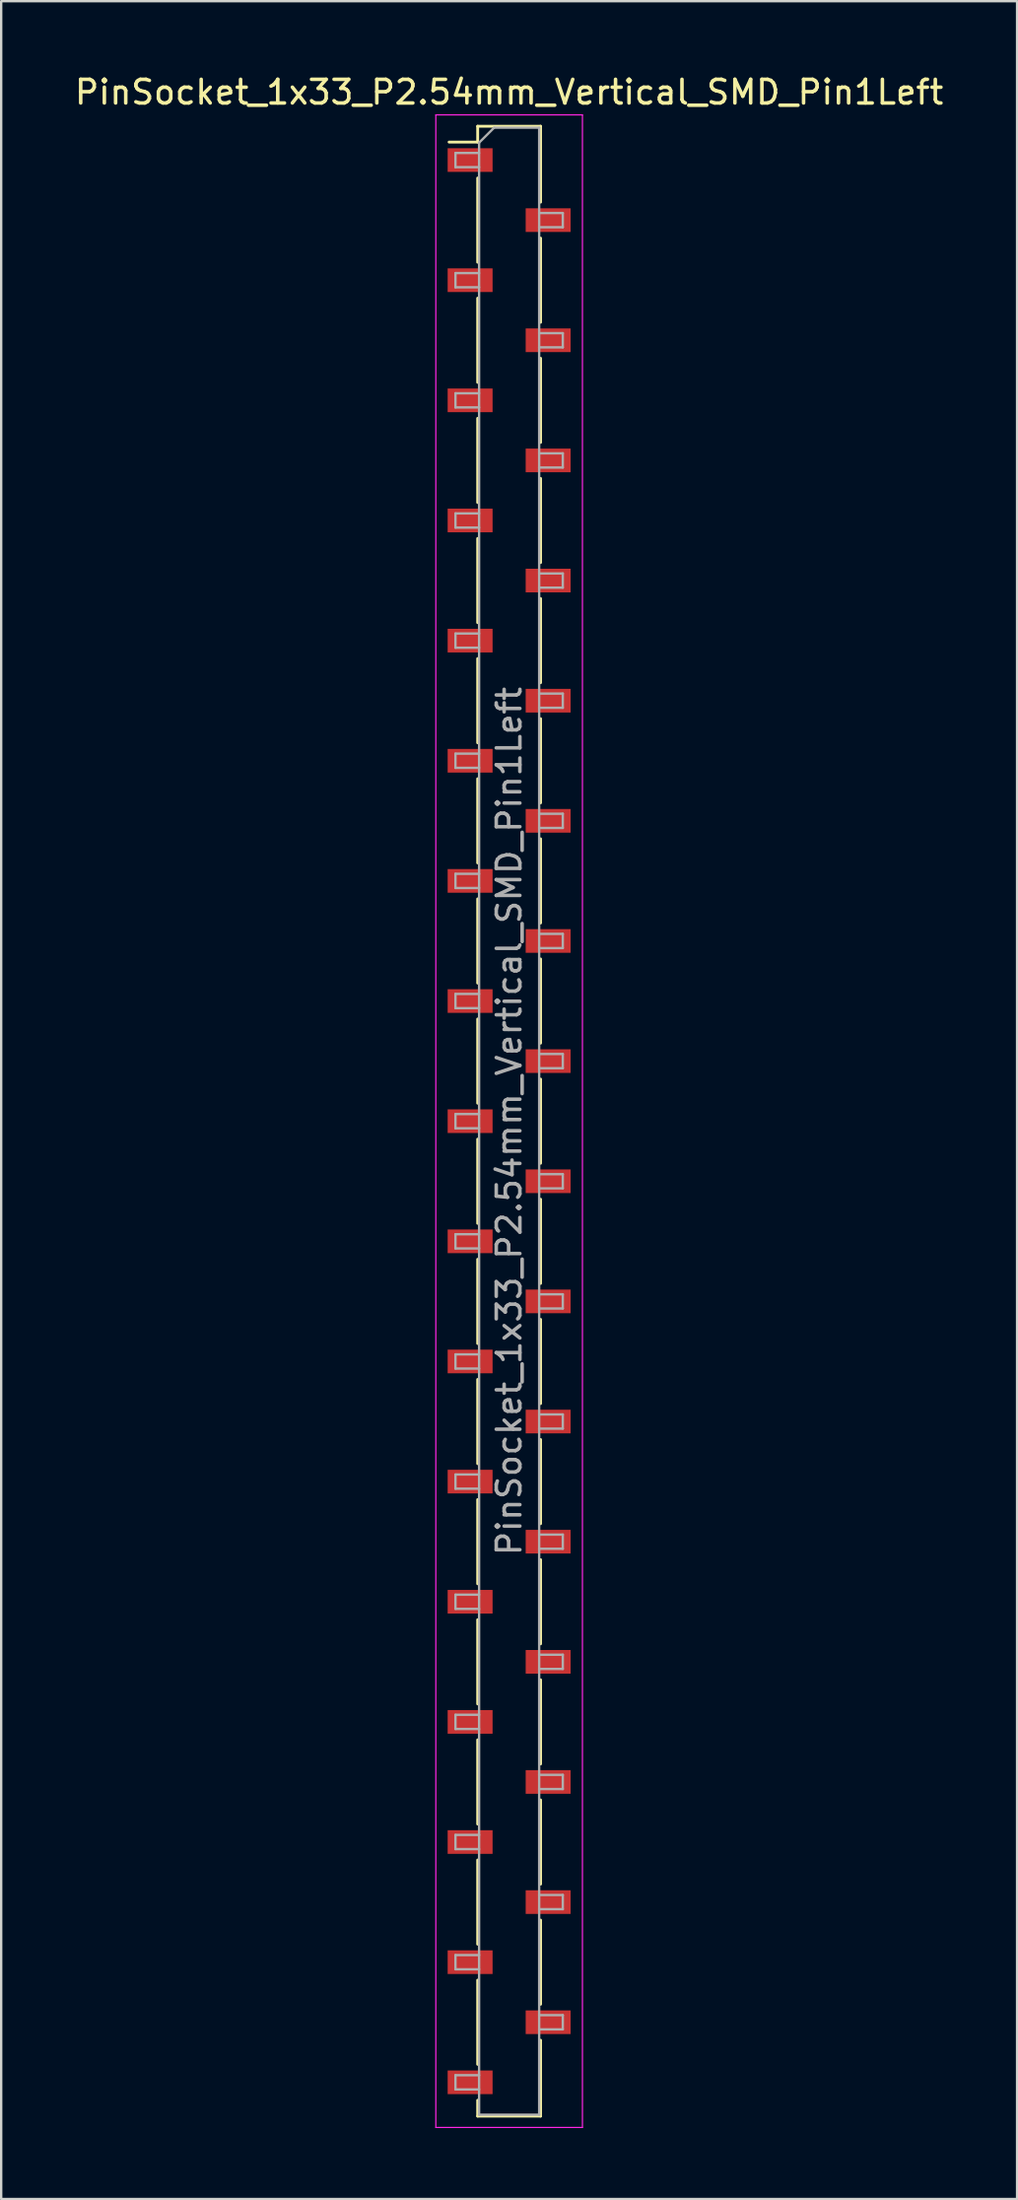
<source format=kicad_pcb>
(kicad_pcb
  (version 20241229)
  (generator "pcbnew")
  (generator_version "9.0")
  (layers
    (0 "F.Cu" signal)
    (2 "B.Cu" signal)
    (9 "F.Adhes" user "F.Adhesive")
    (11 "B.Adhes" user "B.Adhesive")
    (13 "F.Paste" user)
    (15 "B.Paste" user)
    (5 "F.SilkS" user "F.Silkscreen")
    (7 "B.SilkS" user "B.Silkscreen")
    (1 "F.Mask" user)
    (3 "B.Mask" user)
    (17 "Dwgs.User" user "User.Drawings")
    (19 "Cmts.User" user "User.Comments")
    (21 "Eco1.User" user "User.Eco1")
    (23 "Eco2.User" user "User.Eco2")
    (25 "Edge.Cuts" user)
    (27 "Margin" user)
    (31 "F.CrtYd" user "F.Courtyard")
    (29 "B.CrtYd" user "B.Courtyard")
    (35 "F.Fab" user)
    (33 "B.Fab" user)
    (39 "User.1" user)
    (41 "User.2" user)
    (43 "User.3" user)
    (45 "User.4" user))
  (footprint "PinSocket_1x33_P2.54mm_Vertical_SMD_Pin1Left"
    (layer "F.Cu")
    (at 18.482 44.358)
    (property "Reference" "PinSocket_1x33_P2.54mm_Vertical_SMD_Pin1Left" (at 0 -43.51 0) (layer "F.SilkS") (effects (font (size 1 1) (thickness 0.15))))
    (attr smd)
    (fp_line (start -2.54 -41.4) (end -1.33 -41.4) (stroke (width 0.12) (type solid)) (layer "F.SilkS"))
    (fp_line (start -1.33 -42.07) (end -1.33 -41.4) (stroke (width 0.12) (type solid)) (layer "F.SilkS"))
    (fp_line (start -1.33 -42.07) (end 1.33 -42.07) (stroke (width 0.12) (type solid)) (layer "F.SilkS"))
    (fp_line (start -1.33 -39.88) (end -1.33 -36.32) (stroke (width 0.12) (type solid)) (layer "F.SilkS"))
    (fp_line (start -1.33 -34.8) (end -1.33 -31.24) (stroke (width 0.12) (type solid)) (layer "F.SilkS"))
    (fp_line (start -1.33 -29.72) (end -1.33 -26.16) (stroke (width 0.12) (type solid)) (layer "F.SilkS"))
    (fp_line (start -1.33 -24.64) (end -1.33 -21.08) (stroke (width 0.12) (type solid)) (layer "F.SilkS"))
    (fp_line (start -1.33 -19.56) (end -1.33 -16) (stroke (width 0.12) (type solid)) (layer "F.SilkS"))
    (fp_line (start -1.33 -14.48) (end -1.33 -10.92) (stroke (width 0.12) (type solid)) (layer "F.SilkS"))
    (fp_line (start -1.33 -9.4) (end -1.33 -5.84) (stroke (width 0.12) (type solid)) (layer "F.SilkS"))
    (fp_line (start -1.33 -4.32) (end -1.33 -0.76) (stroke (width 0.12) (type solid)) (layer "F.SilkS"))
    (fp_line (start -1.33 0.76) (end -1.33 4.32) (stroke (width 0.12) (type solid)) (layer "F.SilkS"))
    (fp_line (start -1.33 5.84) (end -1.33 9.4) (stroke (width 0.12) (type solid)) (layer "F.SilkS"))
    (fp_line (start -1.33 10.92) (end -1.33 14.48) (stroke (width 0.12) (type solid)) (layer "F.SilkS"))
    (fp_line (start -1.33 16) (end -1.33 19.56) (stroke (width 0.12) (type solid)) (layer "F.SilkS"))
    (fp_line (start -1.33 21.08) (end -1.33 24.64) (stroke (width 0.12) (type solid)) (layer "F.SilkS"))
    (fp_line (start -1.33 26.16) (end -1.33 29.72) (stroke (width 0.12) (type solid)) (layer "F.SilkS"))
    (fp_line (start -1.33 31.24) (end -1.33 34.8) (stroke (width 0.12) (type solid)) (layer "F.SilkS"))
    (fp_line (start -1.33 36.32) (end -1.33 39.88) (stroke (width 0.12) (type solid)) (layer "F.SilkS"))
    (fp_line (start -1.33 41.4) (end -1.33 42.07) (stroke (width 0.12) (type solid)) (layer "F.SilkS"))
    (fp_line (start -1.33 42.07) (end 1.33 42.07) (stroke (width 0.12) (type solid)) (layer "F.SilkS"))
    (fp_line (start 1.33 -42.07) (end 1.33 -38.86) (stroke (width 0.12) (type solid)) (layer "F.SilkS"))
    (fp_line (start 1.33 -37.34) (end 1.33 -33.78) (stroke (width 0.12) (type solid)) (layer "F.SilkS"))
    (fp_line (start 1.33 -32.26) (end 1.33 -28.7) (stroke (width 0.12) (type solid)) (layer "F.SilkS"))
    (fp_line (start 1.33 -27.18) (end 1.33 -23.62) (stroke (width 0.12) (type solid)) (layer "F.SilkS"))
    (fp_line (start 1.33 -22.1) (end 1.33 -18.54) (stroke (width 0.12) (type solid)) (layer "F.SilkS"))
    (fp_line (start 1.33 -17.02) (end 1.33 -13.46) (stroke (width 0.12) (type solid)) (layer "F.SilkS"))
    (fp_line (start 1.33 -11.94) (end 1.33 -8.38) (stroke (width 0.12) (type solid)) (layer "F.SilkS"))
    (fp_line (start 1.33 -6.86) (end 1.33 -3.3) (stroke (width 0.12) (type solid)) (layer "F.SilkS"))
    (fp_line (start 1.33 -1.78) (end 1.33 1.78) (stroke (width 0.12) (type solid)) (layer "F.SilkS"))
    (fp_line (start 1.33 3.3) (end 1.33 6.86) (stroke (width 0.12) (type solid)) (layer "F.SilkS"))
    (fp_line (start 1.33 8.38) (end 1.33 11.94) (stroke (width 0.12) (type solid)) (layer "F.SilkS"))
    (fp_line (start 1.33 13.46) (end 1.33 17.02) (stroke (width 0.12) (type solid)) (layer "F.SilkS"))
    (fp_line (start 1.33 18.54) (end 1.33 22.1) (stroke (width 0.12) (type solid)) (layer "F.SilkS"))
    (fp_line (start 1.33 23.62) (end 1.33 27.18) (stroke (width 0.12) (type solid)) (layer "F.SilkS"))
    (fp_line (start 1.33 28.7) (end 1.33 32.26) (stroke (width 0.12) (type solid)) (layer "F.SilkS"))
    (fp_line (start 1.33 33.78) (end 1.33 37.34) (stroke (width 0.12) (type solid)) (layer "F.SilkS"))
    (fp_line (start 1.33 38.86) (end 1.33 42.07) (stroke (width 0.12) (type solid)) (layer "F.SilkS"))
    (fp_line (start -3.1 -42.55) (end 3.1 -42.55) (stroke (width 0.05) (type solid)) (layer "F.CrtYd"))
    (fp_line (start -3.1 42.55) (end -3.1 -42.55) (stroke (width 0.05) (type solid)) (layer "F.CrtYd"))
    (fp_line (start 3.1 -42.55) (end 3.1 42.55) (stroke (width 0.05) (type solid)) (layer "F.CrtYd"))
    (fp_line (start 3.1 42.55) (end -3.1 42.55) (stroke (width 0.05) (type solid)) (layer "F.CrtYd"))
    (fp_line (start -2.27 -40.94) (end -1.27 -40.94) (stroke (width 0.1) (type solid)) (layer "F.Fab"))
    (fp_line (start -2.27 -40.34) (end -2.27 -40.94) (stroke (width 0.1) (type solid)) (layer "F.Fab"))
    (fp_line (start -2.27 -35.86) (end -1.27 -35.86) (stroke (width 0.1) (type solid)) (layer "F.Fab"))
    (fp_line (start -2.27 -35.26) (end -2.27 -35.86) (stroke (width 0.1) (type solid)) (layer "F.Fab"))
    (fp_line (start -2.27 -30.78) (end -1.27 -30.78) (stroke (width 0.1) (type solid)) (layer "F.Fab"))
    (fp_line (start -2.27 -30.18) (end -2.27 -30.78) (stroke (width 0.1) (type solid)) (layer "F.Fab"))
    (fp_line (start -2.27 -25.7) (end -1.27 -25.7) (stroke (width 0.1) (type solid)) (layer "F.Fab"))
    (fp_line (start -2.27 -25.1) (end -2.27 -25.7) (stroke (width 0.1) (type solid)) (layer "F.Fab"))
    (fp_line (start -2.27 -20.62) (end -1.27 -20.62) (stroke (width 0.1) (type solid)) (layer "F.Fab"))
    (fp_line (start -2.27 -20.02) (end -2.27 -20.62) (stroke (width 0.1) (type solid)) (layer "F.Fab"))
    (fp_line (start -2.27 -15.54) (end -1.27 -15.54) (stroke (width 0.1) (type solid)) (layer "F.Fab"))
    (fp_line (start -2.27 -14.94) (end -2.27 -15.54) (stroke (width 0.1) (type solid)) (layer "F.Fab"))
    (fp_line (start -2.27 -10.46) (end -1.27 -10.46) (stroke (width 0.1) (type solid)) (layer "F.Fab"))
    (fp_line (start -2.27 -9.86) (end -2.27 -10.46) (stroke (width 0.1) (type solid)) (layer "F.Fab"))
    (fp_line (start -2.27 -5.38) (end -1.27 -5.38) (stroke (width 0.1) (type solid)) (layer "F.Fab"))
    (fp_line (start -2.27 -4.78) (end -2.27 -5.38) (stroke (width 0.1) (type solid)) (layer "F.Fab"))
    (fp_line (start -2.27 -0.3) (end -1.27 -0.3) (stroke (width 0.1) (type solid)) (layer "F.Fab"))
    (fp_line (start -2.27 0.3) (end -2.27 -0.3) (stroke (width 0.1) (type solid)) (layer "F.Fab"))
    (fp_line (start -2.27 4.78) (end -1.27 4.78) (stroke (width 0.1) (type solid)) (layer "F.Fab"))
    (fp_line (start -2.27 5.38) (end -2.27 4.78) (stroke (width 0.1) (type solid)) (layer "F.Fab"))
    (fp_line (start -2.27 9.86) (end -1.27 9.86) (stroke (width 0.1) (type solid)) (layer "F.Fab"))
    (fp_line (start -2.27 10.46) (end -2.27 9.86) (stroke (width 0.1) (type solid)) (layer "F.Fab"))
    (fp_line (start -2.27 14.94) (end -1.27 14.94) (stroke (width 0.1) (type solid)) (layer "F.Fab"))
    (fp_line (start -2.27 15.54) (end -2.27 14.94) (stroke (width 0.1) (type solid)) (layer "F.Fab"))
    (fp_line (start -2.27 20.02) (end -1.27 20.02) (stroke (width 0.1) (type solid)) (layer "F.Fab"))
    (fp_line (start -2.27 20.62) (end -2.27 20.02) (stroke (width 0.1) (type solid)) (layer "F.Fab"))
    (fp_line (start -2.27 25.1) (end -1.27 25.1) (stroke (width 0.1) (type solid)) (layer "F.Fab"))
    (fp_line (start -2.27 25.7) (end -2.27 25.1) (stroke (width 0.1) (type solid)) (layer "F.Fab"))
    (fp_line (start -2.27 30.18) (end -1.27 30.18) (stroke (width 0.1) (type solid)) (layer "F.Fab"))
    (fp_line (start -2.27 30.78) (end -2.27 30.18) (stroke (width 0.1) (type solid)) (layer "F.Fab"))
    (fp_line (start -2.27 35.26) (end -1.27 35.26) (stroke (width 0.1) (type solid)) (layer "F.Fab"))
    (fp_line (start -2.27 35.86) (end -2.27 35.26) (stroke (width 0.1) (type solid)) (layer "F.Fab"))
    (fp_line (start -2.27 40.34) (end -1.27 40.34) (stroke (width 0.1) (type solid)) (layer "F.Fab"))
    (fp_line (start -2.27 40.94) (end -2.27 40.34) (stroke (width 0.1) (type solid)) (layer "F.Fab"))
    (fp_line (start -1.27 -41.375) (end -0.635 -42.01) (stroke (width 0.1) (type solid)) (layer "F.Fab"))
    (fp_line (start -1.27 -40.34) (end -2.27 -40.34) (stroke (width 0.1) (type solid)) (layer "F.Fab"))
    (fp_line (start -1.27 -35.26) (end -2.27 -35.26) (stroke (width 0.1) (type solid)) (layer "F.Fab"))
    (fp_line (start -1.27 -30.18) (end -2.27 -30.18) (stroke (width 0.1) (type solid)) (layer "F.Fab"))
    (fp_line (start -1.27 -25.1) (end -2.27 -25.1) (stroke (width 0.1) (type solid)) (layer "F.Fab"))
    (fp_line (start -1.27 -20.02) (end -2.27 -20.02) (stroke (width 0.1) (type solid)) (layer "F.Fab"))
    (fp_line (start -1.27 -14.94) (end -2.27 -14.94) (stroke (width 0.1) (type solid)) (layer "F.Fab"))
    (fp_line (start -1.27 -9.86) (end -2.27 -9.86) (stroke (width 0.1) (type solid)) (layer "F.Fab"))
    (fp_line (start -1.27 -4.78) (end -2.27 -4.78) (stroke (width 0.1) (type solid)) (layer "F.Fab"))
    (fp_line (start -1.27 0.3) (end -2.27 0.3) (stroke (width 0.1) (type solid)) (layer "F.Fab"))
    (fp_line (start -1.27 5.38) (end -2.27 5.38) (stroke (width 0.1) (type solid)) (layer "F.Fab"))
    (fp_line (start -1.27 10.46) (end -2.27 10.46) (stroke (width 0.1) (type solid)) (layer "F.Fab"))
    (fp_line (start -1.27 15.54) (end -2.27 15.54) (stroke (width 0.1) (type solid)) (layer "F.Fab"))
    (fp_line (start -1.27 20.62) (end -2.27 20.62) (stroke (width 0.1) (type solid)) (layer "F.Fab"))
    (fp_line (start -1.27 25.7) (end -2.27 25.7) (stroke (width 0.1) (type solid)) (layer "F.Fab"))
    (fp_line (start -1.27 30.78) (end -2.27 30.78) (stroke (width 0.1) (type solid)) (layer "F.Fab"))
    (fp_line (start -1.27 35.86) (end -2.27 35.86) (stroke (width 0.1) (type solid)) (layer "F.Fab"))
    (fp_line (start -1.27 40.94) (end -2.27 40.94) (stroke (width 0.1) (type solid)) (layer "F.Fab"))
    (fp_line (start -1.27 42.01) (end -1.27 -41.375) (stroke (width 0.1) (type solid)) (layer "F.Fab"))
    (fp_line (start -0.635 -42.01) (end 1.27 -42.01) (stroke (width 0.1) (type solid)) (layer "F.Fab"))
    (fp_line (start 1.27 -42.01) (end 1.27 42.01) (stroke (width 0.1) (type solid)) (layer "F.Fab"))
    (fp_line (start 1.27 -38.4) (end 2.27 -38.4) (stroke (width 0.1) (type solid)) (layer "F.Fab"))
    (fp_line (start 1.27 -33.32) (end 2.27 -33.32) (stroke (width 0.1) (type solid)) (layer "F.Fab"))
    (fp_line (start 1.27 -28.24) (end 2.27 -28.24) (stroke (width 0.1) (type solid)) (layer "F.Fab"))
    (fp_line (start 1.27 -23.16) (end 2.27 -23.16) (stroke (width 0.1) (type solid)) (layer "F.Fab"))
    (fp_line (start 1.27 -18.08) (end 2.27 -18.08) (stroke (width 0.1) (type solid)) (layer "F.Fab"))
    (fp_line (start 1.27 -13) (end 2.27 -13) (stroke (width 0.1) (type solid)) (layer "F.Fab"))
    (fp_line (start 1.27 -7.92) (end 2.27 -7.92) (stroke (width 0.1) (type solid)) (layer "F.Fab"))
    (fp_line (start 1.27 -2.84) (end 2.27 -2.84) (stroke (width 0.1) (type solid)) (layer "F.Fab"))
    (fp_line (start 1.27 2.24) (end 2.27 2.24) (stroke (width 0.1) (type solid)) (layer "F.Fab"))
    (fp_line (start 1.27 7.32) (end 2.27 7.32) (stroke (width 0.1) (type solid)) (layer "F.Fab"))
    (fp_line (start 1.27 12.4) (end 2.27 12.4) (stroke (width 0.1) (type solid)) (layer "F.Fab"))
    (fp_line (start 1.27 17.48) (end 2.27 17.48) (stroke (width 0.1) (type solid)) (layer "F.Fab"))
    (fp_line (start 1.27 22.56) (end 2.27 22.56) (stroke (width 0.1) (type solid)) (layer "F.Fab"))
    (fp_line (start 1.27 27.64) (end 2.27 27.64) (stroke (width 0.1) (type solid)) (layer "F.Fab"))
    (fp_line (start 1.27 32.72) (end 2.27 32.72) (stroke (width 0.1) (type solid)) (layer "F.Fab"))
    (fp_line (start 1.27 37.8) (end 2.27 37.8) (stroke (width 0.1) (type solid)) (layer "F.Fab"))
    (fp_line (start 1.27 42.01) (end -1.27 42.01) (stroke (width 0.1) (type solid)) (layer "F.Fab"))
    (fp_line (start 2.27 -38.4) (end 2.27 -37.8) (stroke (width 0.1) (type solid)) (layer "F.Fab"))
    (fp_line (start 2.27 -37.8) (end 1.27 -37.8) (stroke (width 0.1) (type solid)) (layer "F.Fab"))
    (fp_line (start 2.27 -33.32) (end 2.27 -32.72) (stroke (width 0.1) (type solid)) (layer "F.Fab"))
    (fp_line (start 2.27 -32.72) (end 1.27 -32.72) (stroke (width 0.1) (type solid)) (layer "F.Fab"))
    (fp_line (start 2.27 -28.24) (end 2.27 -27.64) (stroke (width 0.1) (type solid)) (layer "F.Fab"))
    (fp_line (start 2.27 -27.64) (end 1.27 -27.64) (stroke (width 0.1) (type solid)) (layer "F.Fab"))
    (fp_line (start 2.27 -23.16) (end 2.27 -22.56) (stroke (width 0.1) (type solid)) (layer "F.Fab"))
    (fp_line (start 2.27 -22.56) (end 1.27 -22.56) (stroke (width 0.1) (type solid)) (layer "F.Fab"))
    (fp_line (start 2.27 -18.08) (end 2.27 -17.48) (stroke (width 0.1) (type solid)) (layer "F.Fab"))
    (fp_line (start 2.27 -17.48) (end 1.27 -17.48) (stroke (width 0.1) (type solid)) (layer "F.Fab"))
    (fp_line (start 2.27 -13) (end 2.27 -12.4) (stroke (width 0.1) (type solid)) (layer "F.Fab"))
    (fp_line (start 2.27 -12.4) (end 1.27 -12.4) (stroke (width 0.1) (type solid)) (layer "F.Fab"))
    (fp_line (start 2.27 -7.92) (end 2.27 -7.32) (stroke (width 0.1) (type solid)) (layer "F.Fab"))
    (fp_line (start 2.27 -7.32) (end 1.27 -7.32) (stroke (width 0.1) (type solid)) (layer "F.Fab"))
    (fp_line (start 2.27 -2.84) (end 2.27 -2.24) (stroke (width 0.1) (type solid)) (layer "F.Fab"))
    (fp_line (start 2.27 -2.24) (end 1.27 -2.24) (stroke (width 0.1) (type solid)) (layer "F.Fab"))
    (fp_line (start 2.27 2.24) (end 2.27 2.84) (stroke (width 0.1) (type solid)) (layer "F.Fab"))
    (fp_line (start 2.27 2.84) (end 1.27 2.84) (stroke (width 0.1) (type solid)) (layer "F.Fab"))
    (fp_line (start 2.27 7.32) (end 2.27 7.92) (stroke (width 0.1) (type solid)) (layer "F.Fab"))
    (fp_line (start 2.27 7.92) (end 1.27 7.92) (stroke (width 0.1) (type solid)) (layer "F.Fab"))
    (fp_line (start 2.27 12.4) (end 2.27 13) (stroke (width 0.1) (type solid)) (layer "F.Fab"))
    (fp_line (start 2.27 13) (end 1.27 13) (stroke (width 0.1) (type solid)) (layer "F.Fab"))
    (fp_line (start 2.27 17.48) (end 2.27 18.08) (stroke (width 0.1) (type solid)) (layer "F.Fab"))
    (fp_line (start 2.27 18.08) (end 1.27 18.08) (stroke (width 0.1) (type solid)) (layer "F.Fab"))
    (fp_line (start 2.27 22.56) (end 2.27 23.16) (stroke (width 0.1) (type solid)) (layer "F.Fab"))
    (fp_line (start 2.27 23.16) (end 1.27 23.16) (stroke (width 0.1) (type solid)) (layer "F.Fab"))
    (fp_line (start 2.27 27.64) (end 2.27 28.24) (stroke (width 0.1) (type solid)) (layer "F.Fab"))
    (fp_line (start 2.27 28.24) (end 1.27 28.24) (stroke (width 0.1) (type solid)) (layer "F.Fab"))
    (fp_line (start 2.27 32.72) (end 2.27 33.32) (stroke (width 0.1) (type solid)) (layer "F.Fab"))
    (fp_line (start 2.27 33.32) (end 1.27 33.32) (stroke (width 0.1) (type solid)) (layer "F.Fab"))
    (fp_line (start 2.27 37.8) (end 2.27 38.4) (stroke (width 0.1) (type solid)) (layer "F.Fab"))
    (fp_line (start 2.27 38.4) (end 1.27 38.4) (stroke (width 0.1) (type solid)) (layer "F.Fab"))
    (fp_text user "${REFERENCE}" (at 0 0 90) (layer "F.Fab") (effects (font (size 1 1) (thickness 0.15))))
    (pad "1" smd rect (at -1.65 -40.64) (size 1.9 1) (layers "F.Cu" "F.Mask" "F.Paste"))
    (pad "2" smd rect (at 1.65 -38.1) (size 1.9 1) (layers "F.Cu" "F.Mask" "F.Paste"))
    (pad "3" smd rect (at -1.65 -35.56) (size 1.9 1) (layers "F.Cu" "F.Mask" "F.Paste"))
    (pad "4" smd rect (at 1.65 -33.02) (size 1.9 1) (layers "F.Cu" "F.Mask" "F.Paste"))
    (pad "5" smd rect (at -1.65 -30.48) (size 1.9 1) (layers "F.Cu" "F.Mask" "F.Paste"))
    (pad "6" smd rect (at 1.65 -27.94) (size 1.9 1) (layers "F.Cu" "F.Mask" "F.Paste"))
    (pad "7" smd rect (at -1.65 -25.4) (size 1.9 1) (layers "F.Cu" "F.Mask" "F.Paste"))
    (pad "8" smd rect (at 1.65 -22.86) (size 1.9 1) (layers "F.Cu" "F.Mask" "F.Paste"))
    (pad "9" smd rect (at -1.65 -20.32) (size 1.9 1) (layers "F.Cu" "F.Mask" "F.Paste"))
    (pad "10" smd rect (at 1.65 -17.78) (size 1.9 1) (layers "F.Cu" "F.Mask" "F.Paste"))
    (pad "11" smd rect (at -1.65 -15.24) (size 1.9 1) (layers "F.Cu" "F.Mask" "F.Paste"))
    (pad "12" smd rect (at 1.65 -12.7) (size 1.9 1) (layers "F.Cu" "F.Mask" "F.Paste"))
    (pad "13" smd rect (at -1.65 -10.16) (size 1.9 1) (layers "F.Cu" "F.Mask" "F.Paste"))
    (pad "14" smd rect (at 1.65 -7.62) (size 1.9 1) (layers "F.Cu" "F.Mask" "F.Paste"))
    (pad "15" smd rect (at -1.65 -5.08) (size 1.9 1) (layers "F.Cu" "F.Mask" "F.Paste"))
    (pad "16" smd rect (at 1.65 -2.54) (size 1.9 1) (layers "F.Cu" "F.Mask" "F.Paste"))
    (pad "17" smd rect (at -1.65 0) (size 1.9 1) (layers "F.Cu" "F.Mask" "F.Paste"))
    (pad "18" smd rect (at 1.65 2.54) (size 1.9 1) (layers "F.Cu" "F.Mask" "F.Paste"))
    (pad "19" smd rect (at -1.65 5.08) (size 1.9 1) (layers "F.Cu" "F.Mask" "F.Paste"))
    (pad "20" smd rect (at 1.65 7.62) (size 1.9 1) (layers "F.Cu" "F.Mask" "F.Paste"))
    (pad "21" smd rect (at -1.65 10.16) (size 1.9 1) (layers "F.Cu" "F.Mask" "F.Paste"))
    (pad "22" smd rect (at 1.65 12.7) (size 1.9 1) (layers "F.Cu" "F.Mask" "F.Paste"))
    (pad "23" smd rect (at -1.65 15.24) (size 1.9 1) (layers "F.Cu" "F.Mask" "F.Paste"))
    (pad "24" smd rect (at 1.65 17.78) (size 1.9 1) (layers "F.Cu" "F.Mask" "F.Paste"))
    (pad "25" smd rect (at -1.65 20.32) (size 1.9 1) (layers "F.Cu" "F.Mask" "F.Paste"))
    (pad "26" smd rect (at 1.65 22.86) (size 1.9 1) (layers "F.Cu" "F.Mask" "F.Paste"))
    (pad "27" smd rect (at -1.65 25.4) (size 1.9 1) (layers "F.Cu" "F.Mask" "F.Paste"))
    (pad "28" smd rect (at 1.65 27.94) (size 1.9 1) (layers "F.Cu" "F.Mask" "F.Paste"))
    (pad "29" smd rect (at -1.65 30.48) (size 1.9 1) (layers "F.Cu" "F.Mask" "F.Paste"))
    (pad "30" smd rect (at 1.65 33.02) (size 1.9 1) (layers "F.Cu" "F.Mask" "F.Paste"))
    (pad "31" smd rect (at -1.65 35.56) (size 1.9 1) (layers "F.Cu" "F.Mask" "F.Paste"))
    (pad "32" smd rect (at 1.65 38.1) (size 1.9 1) (layers "F.Cu" "F.Mask" "F.Paste"))
    (pad "33" smd rect (at -1.65 40.64) (size 1.9 1) (layers "F.Cu" "F.Mask" "F.Paste")))
  (gr_rect
    (start -3 -3)
    (end 39.964 89.933)
    (stroke (width 0.1) (type default))
    (fill no)
    (layer "Edge.Cuts")))
</source>
